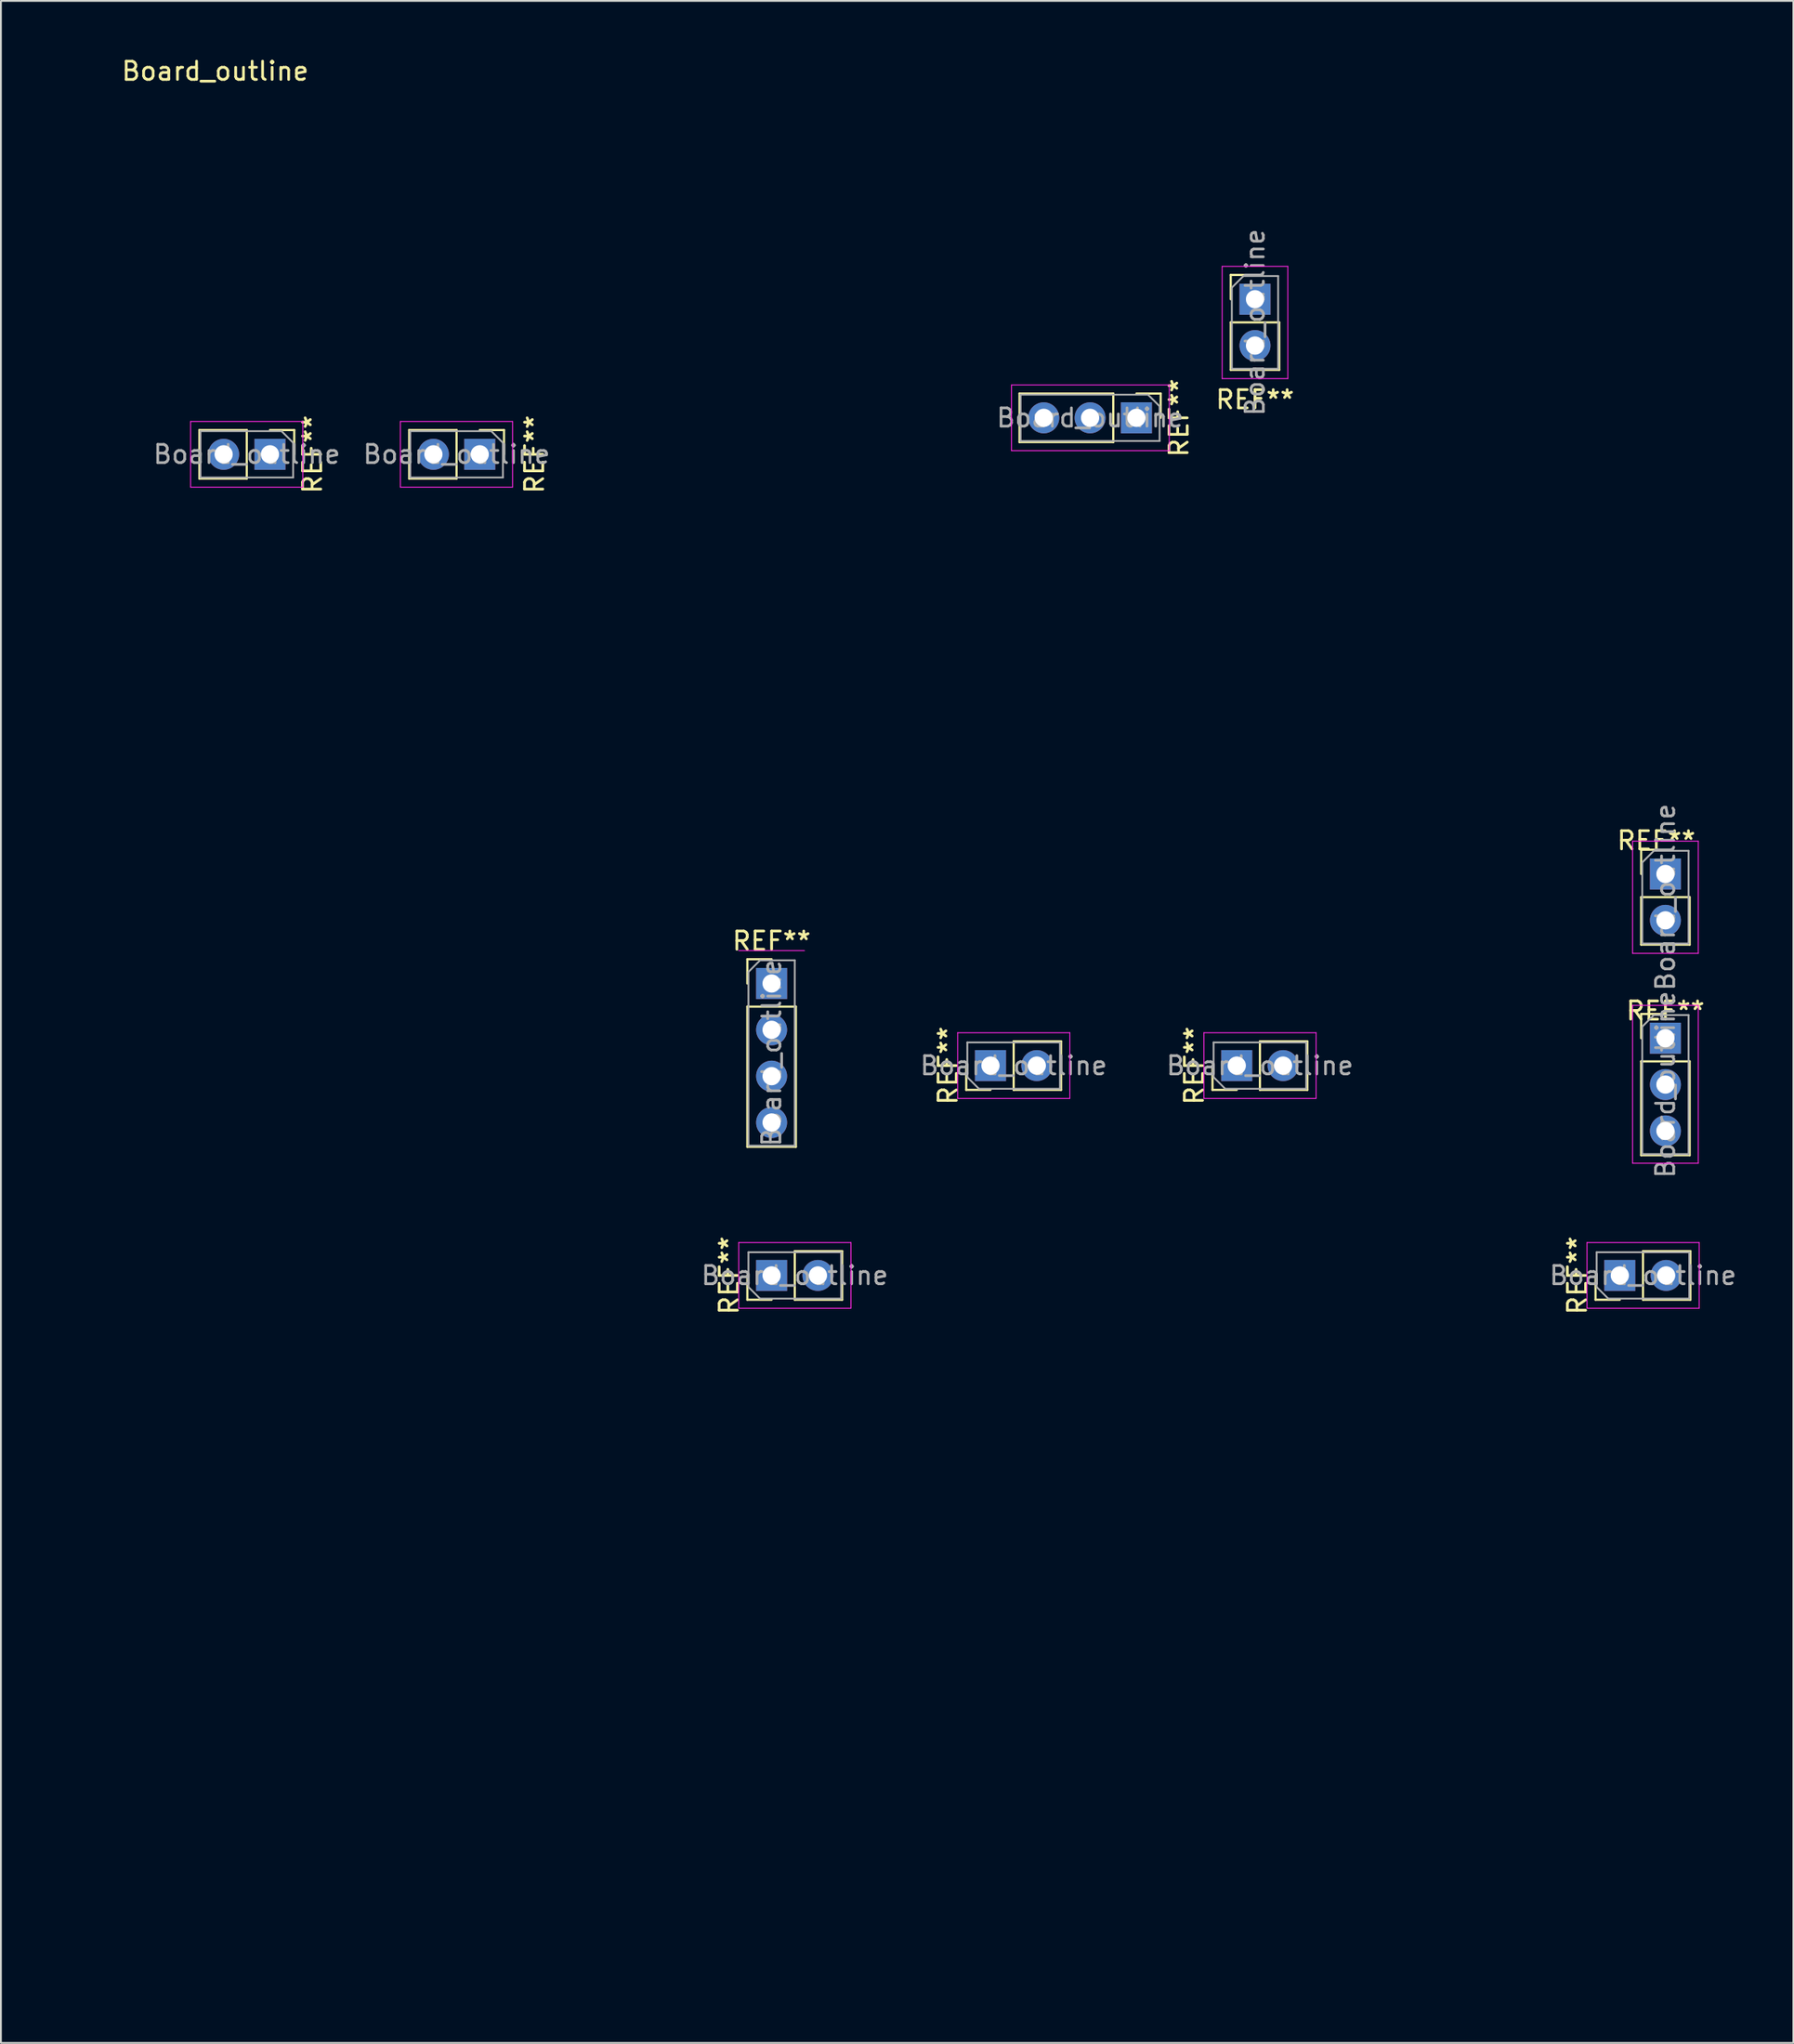
<source format=kicad_pcb>
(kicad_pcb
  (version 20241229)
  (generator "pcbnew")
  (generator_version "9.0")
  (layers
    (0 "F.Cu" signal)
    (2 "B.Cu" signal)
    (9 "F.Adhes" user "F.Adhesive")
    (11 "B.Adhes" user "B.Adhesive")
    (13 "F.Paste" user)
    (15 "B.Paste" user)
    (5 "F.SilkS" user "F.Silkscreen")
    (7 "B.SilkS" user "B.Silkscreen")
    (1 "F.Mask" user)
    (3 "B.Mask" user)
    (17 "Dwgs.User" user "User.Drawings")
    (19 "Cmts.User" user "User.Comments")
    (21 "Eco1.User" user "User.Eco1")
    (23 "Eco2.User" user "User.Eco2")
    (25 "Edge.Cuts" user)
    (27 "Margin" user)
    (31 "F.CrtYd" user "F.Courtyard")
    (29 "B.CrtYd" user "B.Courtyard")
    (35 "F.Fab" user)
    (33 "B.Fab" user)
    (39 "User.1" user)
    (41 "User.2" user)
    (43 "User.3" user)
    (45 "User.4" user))
  (footprint "Board_outline"
    (layer "F.Cu")
    (at 0.25 5.848)
    (property "Reference" "Board_outline" (at 8.5 -5 180) (layer "F.SilkS") (effects (font (size 1 1) (thickness 0.15))))
    (attr through_hole)
    (fp_line (start 7.63 14.67) (end 7.63 17.33) (stroke (width 0.12) (type solid)) (layer "F.SilkS"))
    (fp_line (start 10.23 14.67) (end 7.63 14.67) (stroke (width 0.12) (type solid)) (layer "F.SilkS"))
    (fp_line (start 10.23 14.67) (end 10.23 17.33) (stroke (width 0.12) (type solid)) (layer "F.SilkS"))
    (fp_line (start 10.23 17.33) (end 7.63 17.33) (stroke (width 0.12) (type solid)) (layer "F.SilkS"))
    (fp_line (start 11.5 14.67) (end 12.83 14.67) (stroke (width 0.12) (type solid)) (layer "F.SilkS"))
    (fp_line (start 12.83 14.67) (end 12.83 16) (stroke (width 0.12) (type solid)) (layer "F.SilkS"))
    (fp_line (start 19.13 14.67) (end 19.13 17.33) (stroke (width 0.12) (type solid)) (layer "F.SilkS"))
    (fp_line (start 21.73 14.67) (end 19.13 14.67) (stroke (width 0.12) (type solid)) (layer "F.SilkS"))
    (fp_line (start 21.73 14.67) (end 21.73 17.33) (stroke (width 0.12) (type solid)) (layer "F.SilkS"))
    (fp_line (start 21.73 17.33) (end 19.13 17.33) (stroke (width 0.12) (type solid)) (layer "F.SilkS"))
    (fp_line (start 23 14.67) (end 24.33 14.67) (stroke (width 0.12) (type solid)) (layer "F.SilkS"))
    (fp_line (start 24.33 14.67) (end 24.33 16) (stroke (width 0.12) (type solid)) (layer "F.SilkS"))
    (fp_line (start 37.67 43.67) (end 39 43.67) (stroke (width 0.12) (type solid)) (layer "F.SilkS"))
    (fp_line (start 37.67 45) (end 37.67 43.67) (stroke (width 0.12) (type solid)) (layer "F.SilkS"))
    (fp_line (start 37.67 46.27) (end 37.67 53.95) (stroke (width 0.12) (type solid)) (layer "F.SilkS"))
    (fp_line (start 37.67 46.27) (end 40.33 46.27) (stroke (width 0.12) (type solid)) (layer "F.SilkS"))
    (fp_line (start 37.67 53.95) (end 40.33 53.95) (stroke (width 0.12) (type solid)) (layer "F.SilkS"))
    (fp_line (start 37.67 62.33) (end 37.67 61) (stroke (width 0.12) (type solid)) (layer "F.SilkS"))
    (fp_line (start 39 62.33) (end 37.67 62.33) (stroke (width 0.12) (type solid)) (layer "F.SilkS"))
    (fp_line (start 40.27 59.67) (end 42.87 59.67) (stroke (width 0.12) (type solid)) (layer "F.SilkS"))
    (fp_line (start 40.27 62.33) (end 40.27 59.67) (stroke (width 0.12) (type solid)) (layer "F.SilkS"))
    (fp_line (start 40.27 62.33) (end 42.87 62.33) (stroke (width 0.12) (type solid)) (layer "F.SilkS"))
    (fp_line (start 40.33 46.27) (end 40.33 53.95) (stroke (width 0.12) (type solid)) (layer "F.SilkS"))
    (fp_line (start 42.87 62.33) (end 42.87 59.67) (stroke (width 0.12) (type solid)) (layer "F.SilkS"))
    (fp_line (start 49.67 50.83) (end 49.67 49.5) (stroke (width 0.12) (type solid)) (layer "F.SilkS"))
    (fp_line (start 51 50.83) (end 49.67 50.83) (stroke (width 0.12) (type solid)) (layer "F.SilkS"))
    (fp_line (start 52.27 48.17) (end 54.87 48.17) (stroke (width 0.12) (type solid)) (layer "F.SilkS"))
    (fp_line (start 52.27 50.83) (end 52.27 48.17) (stroke (width 0.12) (type solid)) (layer "F.SilkS"))
    (fp_line (start 52.27 50.83) (end 54.87 50.83) (stroke (width 0.12) (type solid)) (layer "F.SilkS"))
    (fp_line (start 52.59 12.67) (end 52.59 15.33) (stroke (width 0.12) (type solid)) (layer "F.SilkS"))
    (fp_line (start 54.87 50.83) (end 54.87 48.17) (stroke (width 0.12) (type solid)) (layer "F.SilkS"))
    (fp_line (start 57.73 12.67) (end 52.59 12.67) (stroke (width 0.12) (type solid)) (layer "F.SilkS"))
    (fp_line (start 57.73 12.67) (end 57.73 15.33) (stroke (width 0.12) (type solid)) (layer "F.SilkS"))
    (fp_line (start 57.73 15.33) (end 52.59 15.33) (stroke (width 0.12) (type solid)) (layer "F.SilkS"))
    (fp_line (start 59 12.67) (end 60.33 12.67) (stroke (width 0.12) (type solid)) (layer "F.SilkS"))
    (fp_line (start 60.33 12.67) (end 60.33 14) (stroke (width 0.12) (type solid)) (layer "F.SilkS"))
    (fp_line (start 63.17 50.83) (end 63.17 49.5) (stroke (width 0.12) (type solid)) (layer "F.SilkS"))
    (fp_line (start 64.17 6.17) (end 65.5 6.17) (stroke (width 0.12) (type solid)) (layer "F.SilkS"))
    (fp_line (start 64.17 7.5) (end 64.17 6.17) (stroke (width 0.12) (type solid)) (layer "F.SilkS"))
    (fp_line (start 64.17 8.77) (end 64.17 11.37) (stroke (width 0.12) (type solid)) (layer "F.SilkS"))
    (fp_line (start 64.17 8.77) (end 66.83 8.77) (stroke (width 0.12) (type solid)) (layer "F.SilkS"))
    (fp_line (start 64.17 11.37) (end 66.83 11.37) (stroke (width 0.12) (type solid)) (layer "F.SilkS"))
    (fp_line (start 64.5 50.83) (end 63.17 50.83) (stroke (width 0.12) (type solid)) (layer "F.SilkS"))
    (fp_line (start 65.77 48.17) (end 68.37 48.17) (stroke (width 0.12) (type solid)) (layer "F.SilkS"))
    (fp_line (start 65.77 50.83) (end 65.77 48.17) (stroke (width 0.12) (type solid)) (layer "F.SilkS"))
    (fp_line (start 65.77 50.83) (end 68.37 50.83) (stroke (width 0.12) (type solid)) (layer "F.SilkS"))
    (fp_line (start 66.83 8.77) (end 66.83 11.37) (stroke (width 0.12) (type solid)) (layer "F.SilkS"))
    (fp_line (start 68.37 50.83) (end 68.37 48.17) (stroke (width 0.12) (type solid)) (layer "F.SilkS"))
    (fp_line (start 84.17 62.33) (end 84.17 61) (stroke (width 0.12) (type solid)) (layer "F.SilkS"))
    (fp_line (start 85.5 62.33) (end 84.17 62.33) (stroke (width 0.12) (type solid)) (layer "F.SilkS"))
    (fp_line (start 86.67 37.67) (end 88 37.67) (stroke (width 0.12) (type solid)) (layer "F.SilkS"))
    (fp_line (start 86.67 39) (end 86.67 37.67) (stroke (width 0.12) (type solid)) (layer "F.SilkS"))
    (fp_line (start 86.67 40.27) (end 86.67 42.87) (stroke (width 0.12) (type solid)) (layer "F.SilkS"))
    (fp_line (start 86.67 40.27) (end 89.33 40.27) (stroke (width 0.12) (type solid)) (layer "F.SilkS"))
    (fp_line (start 86.67 42.87) (end 89.33 42.87) (stroke (width 0.12) (type solid)) (layer "F.SilkS"))
    (fp_line (start 86.67 46.67) (end 88 46.67) (stroke (width 0.12) (type solid)) (layer "F.SilkS"))
    (fp_line (start 86.67 48) (end 86.67 46.67) (stroke (width 0.12) (type solid)) (layer "F.SilkS"))
    (fp_line (start 86.67 49.27) (end 86.67 54.41) (stroke (width 0.12) (type solid)) (layer "F.SilkS"))
    (fp_line (start 86.67 49.27) (end 89.33 49.27) (stroke (width 0.12) (type solid)) (layer "F.SilkS"))
    (fp_line (start 86.67 54.41) (end 89.33 54.41) (stroke (width 0.12) (type solid)) (layer "F.SilkS"))
    (fp_line (start 86.77 59.67) (end 89.37 59.67) (stroke (width 0.12) (type solid)) (layer "F.SilkS"))
    (fp_line (start 86.77 62.33) (end 86.77 59.67) (stroke (width 0.12) (type solid)) (layer "F.SilkS"))
    (fp_line (start 86.77 62.33) (end 89.37 62.33) (stroke (width 0.12) (type solid)) (layer "F.SilkS"))
    (fp_line (start 89.33 40.27) (end 89.33 42.87) (stroke (width 0.12) (type solid)) (layer "F.SilkS"))
    (fp_line (start 89.33 49.27) (end 89.33 54.41) (stroke (width 0.12) (type solid)) (layer "F.SilkS"))
    (fp_line (start 89.37 62.33) (end 89.37 59.67) (stroke (width 0.12) (type solid)) (layer "F.SilkS"))
    (fp_line (start 0 0) (end 90 0) (stroke (width 0.12) (type solid)) (layer "Eco2.User"))
    (fp_line (start 0 42) (end 26 42) (stroke (width 0.12) (type solid)) (layer "Eco2.User"))
    (fp_line (start 0 100) (end 0 0) (stroke (width 0.12) (type solid)) (layer "Eco2.User"))
    (fp_line (start 26 42) (end 26 63) (stroke (width 0.12) (type solid)) (layer "Eco2.User"))
    (fp_line (start 26 63) (end 90 63) (stroke (width 0.12) (type solid)) (layer "Eco2.User"))
    (fp_line (start 68 0) (end 68 36) (stroke (width 0.12) (type solid)) (layer "Eco2.User"))
    (fp_line (start 68 36) (end 90 36) (stroke (width 0.12) (type solid)) (layer "Eco2.User"))
    (fp_line (start 90 0) (end 90 100) (stroke (width 0.12) (type solid)) (layer "Eco2.User"))
    (fp_line (start 90 100) (end 0 100) (stroke (width 0.12) (type solid)) (layer "Eco2.User"))
    (fp_line (start 7.15 14.2) (end 7.15 17.8) (stroke (width 0.05) (type solid)) (layer "F.CrtYd"))
    (fp_line (start 7.15 17.8) (end 13.3 17.8) (stroke (width 0.05) (type solid)) (layer "F.CrtYd"))
    (fp_line (start 13.3 14.2) (end 7.15 14.2) (stroke (width 0.05) (type solid)) (layer "F.CrtYd"))
    (fp_line (start 13.3 17.8) (end 13.3 14.2) (stroke (width 0.05) (type solid)) (layer "F.CrtYd"))
    (fp_line (start 18.65 14.2) (end 18.65 17.8) (stroke (width 0.05) (type solid)) (layer "F.CrtYd"))
    (fp_line (start 18.65 17.8) (end 24.8 17.8) (stroke (width 0.05) (type solid)) (layer "F.CrtYd"))
    (fp_line (start 24.8 14.2) (end 18.65 14.2) (stroke (width 0.05) (type solid)) (layer "F.CrtYd"))
    (fp_line (start 24.8 17.8) (end 24.8 14.2) (stroke (width 0.05) (type solid)) (layer "F.CrtYd"))
    (fp_line (start 37.2 59.2) (end 37.2 62.8) (stroke (width 0.05) (type solid)) (layer "F.CrtYd"))
    (fp_line (start 37.2 62.8) (end 43.35 62.8) (stroke (width 0.05) (type solid)) (layer "F.CrtYd"))
    (fp_line (start 40.8 43.2) (end 37.2 43.2) (stroke (width 0.05) (type solid)) (layer "F.CrtYd"))
    (fp_line (start 43.35 59.2) (end 37.2 59.2) (stroke (width 0.05) (type solid)) (layer "F.CrtYd"))
    (fp_line (start 43.35 62.8) (end 43.35 59.2) (stroke (width 0.05) (type solid)) (layer "F.CrtYd"))
    (fp_line (start 49.2 47.7) (end 49.2 51.3) (stroke (width 0.05) (type solid)) (layer "F.CrtYd"))
    (fp_line (start 49.2 51.3) (end 55.35 51.3) (stroke (width 0.05) (type solid)) (layer "F.CrtYd"))
    (fp_line (start 52.15 12.2) (end 52.15 15.8) (stroke (width 0.05) (type solid)) (layer "F.CrtYd"))
    (fp_line (start 52.15 15.8) (end 60.8 15.8) (stroke (width 0.05) (type solid)) (layer "F.CrtYd"))
    (fp_line (start 55.35 47.7) (end 49.2 47.7) (stroke (width 0.05) (type solid)) (layer "F.CrtYd"))
    (fp_line (start 55.35 51.3) (end 55.35 47.7) (stroke (width 0.05) (type solid)) (layer "F.CrtYd"))
    (fp_line (start 60.8 12.2) (end 52.15 12.2) (stroke (width 0.05) (type solid)) (layer "F.CrtYd"))
    (fp_line (start 60.8 15.8) (end 60.8 12.2) (stroke (width 0.05) (type solid)) (layer "F.CrtYd"))
    (fp_line (start 62.7 47.7) (end 62.7 51.3) (stroke (width 0.05) (type solid)) (layer "F.CrtYd"))
    (fp_line (start 62.7 51.3) (end 68.85 51.3) (stroke (width 0.05) (type solid)) (layer "F.CrtYd"))
    (fp_line (start 63.7 5.7) (end 63.7 11.85) (stroke (width 0.05) (type solid)) (layer "F.CrtYd"))
    (fp_line (start 63.7 11.85) (end 67.3 11.85) (stroke (width 0.05) (type solid)) (layer "F.CrtYd"))
    (fp_line (start 67.3 5.7) (end 63.7 5.7) (stroke (width 0.05) (type solid)) (layer "F.CrtYd"))
    (fp_line (start 67.3 11.85) (end 67.3 5.7) (stroke (width 0.05) (type solid)) (layer "F.CrtYd"))
    (fp_line (start 68.85 47.7) (end 62.7 47.7) (stroke (width 0.05) (type solid)) (layer "F.CrtYd"))
    (fp_line (start 68.85 51.3) (end 68.85 47.7) (stroke (width 0.05) (type solid)) (layer "F.CrtYd"))
    (fp_line (start 83.7 59.2) (end 83.7 62.8) (stroke (width 0.05) (type solid)) (layer "F.CrtYd"))
    (fp_line (start 83.7 62.8) (end 89.85 62.8) (stroke (width 0.05) (type solid)) (layer "F.CrtYd"))
    (fp_line (start 86.2 37.2) (end 86.2 43.35) (stroke (width 0.05) (type solid)) (layer "F.CrtYd"))
    (fp_line (start 86.2 43.35) (end 89.8 43.35) (stroke (width 0.05) (type solid)) (layer "F.CrtYd"))
    (fp_line (start 86.2 46.2) (end 86.2 54.85) (stroke (width 0.05) (type solid)) (layer "F.CrtYd"))
    (fp_line (start 86.2 54.85) (end 89.8 54.85) (stroke (width 0.05) (type solid)) (layer "F.CrtYd"))
    (fp_line (start 89.8 37.2) (end 86.2 37.2) (stroke (width 0.05) (type solid)) (layer "F.CrtYd"))
    (fp_line (start 89.8 43.35) (end 89.8 37.2) (stroke (width 0.05) (type solid)) (layer "F.CrtYd"))
    (fp_line (start 89.8 46.2) (end 86.2 46.2) (stroke (width 0.05) (type solid)) (layer "F.CrtYd"))
    (fp_line (start 89.8 54.85) (end 89.8 46.2) (stroke (width 0.05) (type solid)) (layer "F.CrtYd"))
    (fp_line (start 89.85 59.2) (end 83.7 59.2) (stroke (width 0.05) (type solid)) (layer "F.CrtYd"))
    (fp_line (start 89.85 62.8) (end 89.85 59.2) (stroke (width 0.05) (type solid)) (layer "F.CrtYd"))
    (fp_line (start 7.69 14.73) (end 12.135 14.73) (stroke (width 0.1) (type solid)) (layer "F.Fab"))
    (fp_line (start 7.69 17.27) (end 7.69 14.73) (stroke (width 0.1) (type solid)) (layer "F.Fab"))
    (fp_line (start 12.135 14.73) (end 12.77 15.365) (stroke (width 0.1) (type solid)) (layer "F.Fab"))
    (fp_line (start 12.77 15.365) (end 12.77 17.27) (stroke (width 0.1) (type solid)) (layer "F.Fab"))
    (fp_line (start 12.77 17.27) (end 7.69 17.27) (stroke (width 0.1) (type solid)) (layer "F.Fab"))
    (fp_line (start 19.19 14.73) (end 23.635 14.73) (stroke (width 0.1) (type solid)) (layer "F.Fab"))
    (fp_line (start 19.19 17.27) (end 19.19 14.73) (stroke (width 0.1) (type solid)) (layer "F.Fab"))
    (fp_line (start 23.635 14.73) (end 24.27 15.365) (stroke (width 0.1) (type solid)) (layer "F.Fab"))
    (fp_line (start 24.27 15.365) (end 24.27 17.27) (stroke (width 0.1) (type solid)) (layer "F.Fab"))
    (fp_line (start 24.27 17.27) (end 19.19 17.27) (stroke (width 0.1) (type solid)) (layer "F.Fab"))
    (fp_line (start 37.73 44.365) (end 38.365 43.73) (stroke (width 0.1) (type solid)) (layer "F.Fab"))
    (fp_line (start 37.73 53.89) (end 37.73 44.365) (stroke (width 0.1) (type solid)) (layer "F.Fab"))
    (fp_line (start 37.73 59.73) (end 42.81 59.73) (stroke (width 0.1) (type solid)) (layer "F.Fab"))
    (fp_line (start 37.73 61.635) (end 37.73 59.73) (stroke (width 0.1) (type solid)) (layer "F.Fab"))
    (fp_line (start 38.365 43.73) (end 40.27 43.73) (stroke (width 0.1) (type solid)) (layer "F.Fab"))
    (fp_line (start 38.365 62.27) (end 37.73 61.635) (stroke (width 0.1) (type solid)) (layer "F.Fab"))
    (fp_line (start 40.27 43.73) (end 40.27 53.89) (stroke (width 0.1) (type solid)) (layer "F.Fab"))
    (fp_line (start 40.27 53.89) (end 37.73 53.89) (stroke (width 0.1) (type solid)) (layer "F.Fab"))
    (fp_line (start 42.81 59.73) (end 42.81 62.27) (stroke (width 0.1) (type solid)) (layer "F.Fab"))
    (fp_line (start 42.81 62.27) (end 38.365 62.27) (stroke (width 0.1) (type solid)) (layer "F.Fab"))
    (fp_line (start 49.73 48.23) (end 54.81 48.23) (stroke (width 0.1) (type solid)) (layer "F.Fab"))
    (fp_line (start 49.73 50.135) (end 49.73 48.23) (stroke (width 0.1) (type solid)) (layer "F.Fab"))
    (fp_line (start 50.365 50.77) (end 49.73 50.135) (stroke (width 0.1) (type solid)) (layer "F.Fab"))
    (fp_line (start 52.65 12.73) (end 59.635 12.73) (stroke (width 0.1) (type solid)) (layer "F.Fab"))
    (fp_line (start 52.65 15.27) (end 52.65 12.73) (stroke (width 0.1) (type solid)) (layer "F.Fab"))
    (fp_line (start 54.81 48.23) (end 54.81 50.77) (stroke (width 0.1) (type solid)) (layer "F.Fab"))
    (fp_line (start 54.81 50.77) (end 50.365 50.77) (stroke (width 0.1) (type solid)) (layer "F.Fab"))
    (fp_line (start 59.635 12.73) (end 60.27 13.365) (stroke (width 0.1) (type solid)) (layer "F.Fab"))
    (fp_line (start 60.27 13.365) (end 60.27 15.27) (stroke (width 0.1) (type solid)) (layer "F.Fab"))
    (fp_line (start 60.27 15.27) (end 52.65 15.27) (stroke (width 0.1) (type solid)) (layer "F.Fab"))
    (fp_line (start 63.23 48.23) (end 68.31 48.23) (stroke (width 0.1) (type solid)) (layer "F.Fab"))
    (fp_line (start 63.23 50.135) (end 63.23 48.23) (stroke (width 0.1) (type solid)) (layer "F.Fab"))
    (fp_line (start 63.865 50.77) (end 63.23 50.135) (stroke (width 0.1) (type solid)) (layer "F.Fab"))
    (fp_line (start 64.23 6.865) (end 64.865 6.23) (stroke (width 0.1) (type solid)) (layer "F.Fab"))
    (fp_line (start 64.23 11.31) (end 64.23 6.865) (stroke (width 0.1) (type solid)) (layer "F.Fab"))
    (fp_line (start 64.865 6.23) (end 66.77 6.23) (stroke (width 0.1) (type solid)) (layer "F.Fab"))
    (fp_line (start 66.77 6.23) (end 66.77 11.31) (stroke (width 0.1) (type solid)) (layer "F.Fab"))
    (fp_line (start 66.77 11.31) (end 64.23 11.31) (stroke (width 0.1) (type solid)) (layer "F.Fab"))
    (fp_line (start 68.31 48.23) (end 68.31 50.77) (stroke (width 0.1) (type solid)) (layer "F.Fab"))
    (fp_line (start 68.31 50.77) (end 63.865 50.77) (stroke (width 0.1) (type solid)) (layer "F.Fab"))
    (fp_line (start 84.23 59.73) (end 89.31 59.73) (stroke (width 0.1) (type solid)) (layer "F.Fab"))
    (fp_line (start 84.23 61.635) (end 84.23 59.73) (stroke (width 0.1) (type solid)) (layer "F.Fab"))
    (fp_line (start 84.865 62.27) (end 84.23 61.635) (stroke (width 0.1) (type solid)) (layer "F.Fab"))
    (fp_line (start 86.73 38.365) (end 87.365 37.73) (stroke (width 0.1) (type solid)) (layer "F.Fab"))
    (fp_line (start 86.73 42.81) (end 86.73 38.365) (stroke (width 0.1) (type solid)) (layer "F.Fab"))
    (fp_line (start 86.73 47.365) (end 87.365 46.73) (stroke (width 0.1) (type solid)) (layer "F.Fab"))
    (fp_line (start 86.73 54.35) (end 86.73 47.365) (stroke (width 0.1) (type solid)) (layer "F.Fab"))
    (fp_line (start 87.365 37.73) (end 89.27 37.73) (stroke (width 0.1) (type solid)) (layer "F.Fab"))
    (fp_line (start 87.365 46.73) (end 89.27 46.73) (stroke (width 0.1) (type solid)) (layer "F.Fab"))
    (fp_line (start 89.27 37.73) (end 89.27 42.81) (stroke (width 0.1) (type solid)) (layer "F.Fab"))
    (fp_line (start 89.27 42.81) (end 86.73 42.81) (stroke (width 0.1) (type solid)) (layer "F.Fab"))
    (fp_line (start 89.27 46.73) (end 89.27 54.35) (stroke (width 0.1) (type solid)) (layer "F.Fab"))
    (fp_line (start 89.27 54.35) (end 86.73 54.35) (stroke (width 0.1) (type solid)) (layer "F.Fab"))
    (fp_line (start 89.31 59.73) (end 89.31 62.27) (stroke (width 0.1) (type solid)) (layer "F.Fab"))
    (fp_line (start 89.31 62.27) (end 84.865 62.27) (stroke (width 0.1) (type solid)) (layer "F.Fab"))
    (fp_text user "REF**" (at 13.83 16 270) (layer "F.SilkS") (effects (font (size 1 1) (thickness 0.15))))
    (fp_text user "REF**" (at 39 42.67 0) (layer "F.SilkS") (effects (font (size 1 1) (thickness 0.15))))
    (fp_text user "REF**" (at 62.17 49.5 90) (layer "F.SilkS") (effects (font (size 1 1) (thickness 0.15))))
    (fp_text user "REF**" (at 48.67 49.5 90) (layer "F.SilkS") (effects (font (size 1 1) (thickness 0.15))))
    (fp_text user "REF**" (at 61.33 14 270) (layer "F.SilkS") (effects (font (size 1 1) (thickness 0.15))))
    (fp_text user "REF**" (at 83.17 61 90) (layer "F.SilkS") (effects (font (size 1 1) (thickness 0.15))))
    (fp_text user "REF**" (at 36.67 61 90) (layer "F.SilkS") (effects (font (size 1 1) (thickness 0.15))))
    (fp_text user "REF**" (at 65.5 13 180) (layer "F.SilkS") (effects (font (size 1 1) (thickness 0.15))))
    (fp_text user "REF**" (at 88 46.5 0) (layer "F.SilkS") (effects (font (size 1 1) (thickness 0.15))))
    (fp_text user "REF**" (at 87.5 37.17 0) (layer "F.SilkS") (effects (font (size 1 1) (thickness 0.15))))
    (fp_text user "REF**" (at 26 16 270) (layer "F.SilkS") (effects (font (size 1 1) (thickness 0.15))))
    (fp_text user "${REFERENCE}" (at 86.77 61 180) (layer "F.Fab") (effects (font (size 1 1) (thickness 0.15))))
    (fp_text user "${REFERENCE}" (at 10.23 16 0) (layer "F.Fab") (effects (font (size 1 1) (thickness 0.15))))
    (fp_text user "${REFERENCE}" (at 65.77 49.5 180) (layer "F.Fab") (effects (font (size 1 1) (thickness 0.15))))
    (fp_text user "${REFERENCE}" (at 88 50.54 90) (layer "F.Fab") (effects (font (size 1 1) (thickness 0.15))))
    (fp_text user "${REFERENCE}" (at 39 48.81 90) (layer "F.Fab") (effects (font (size 1 1) (thickness 0.15))))
    (fp_text user "${REFERENCE}" (at 88 40.27 90) (layer "F.Fab") (effects (font (size 1 1) (thickness 0.15))))
    (fp_text user "${REFERENCE}" (at 40.27 61 180) (layer "F.Fab") (effects (font (size 1 1) (thickness 0.15))))
    (fp_text user "${REFERENCE}" (at 65.5 8.77 90) (layer "F.Fab") (effects (font (size 1 1) (thickness 0.15))))
    (fp_text user "${REFERENCE}" (at 52.27 49.5 180) (layer "F.Fab") (effects (font (size 1 1) (thickness 0.15))))
    (fp_text user "${REFERENCE}" (at 56.46 14 0) (layer "F.Fab") (effects (font (size 1 1) (thickness 0.15))))
    (fp_text user "${REFERENCE}" (at 21.73 16 0) (layer "F.Fab") (effects (font (size 1 1) (thickness 0.15))))
    (pad "1" thru_hole rect (at 39 45) (size 1.7 1.7) (drill 1) (layers "*.Cu" "*.Mask"))
    (pad "2" thru_hole oval (at 39 47.54) (size 1.7 1.7) (drill 1) (layers "*.Cu" "*.Mask"))
    (pad "3" thru_hole oval (at 39 50.08) (size 1.7 1.7) (drill 1) (layers "*.Cu" "*.Mask"))
    (pad "4" thru_hole oval (at 39 52.62) (size 1.7 1.7) (drill 1) (layers "*.Cu" "*.Mask"))
    (pad "4" thru_hole rect (at 88 48) (size 1.7 1.7) (drill 1) (layers "*.Cu" "*.Mask"))
    (pad "5" thru_hole oval (at 88 50.54) (size 1.7 1.7) (drill 1) (layers "*.Cu" "*.Mask"))
    (pad "6" thru_hole oval (at 88 53.08) (size 1.7 1.7) (drill 1) (layers "*.Cu" "*.Mask"))
    (pad "7" thru_hole rect (at 59 14 270) (size 1.7 1.7) (drill 1) (layers "*.Cu" "*.Mask"))
    (pad "8" thru_hole oval (at 56.46 14 270) (size 1.7 1.7) (drill 1) (layers "*.Cu" "*.Mask"))
    (pad "9" thru_hole oval (at 53.92 14 270) (size 1.7 1.7) (drill 1) (layers "*.Cu" "*.Mask"))
    (pad "10" thru_hole rect (at 65.5 7.5) (size 1.7 1.7) (drill 1) (layers "*.Cu" "*.Mask"))
    (pad "11" thru_hole oval (at 65.5 10.04) (size 1.7 1.7) (drill 1) (layers "*.Cu" "*.Mask"))
    (pad "12" thru_hole rect (at 39 61 90) (size 1.7 1.7) (drill 1) (layers "*.Cu" "*.Mask"))
    (pad "13" thru_hole oval (at 41.54 61 90) (size 1.7 1.7) (drill 1) (layers "*.Cu" "*.Mask"))
    (pad "14" thru_hole rect (at 85.5 61 90) (size 1.7 1.7) (drill 1) (layers "*.Cu" "*.Mask"))
    (pad "15" thru_hole oval (at 88.04 61 90) (size 1.7 1.7) (drill 1) (layers "*.Cu" "*.Mask"))
    (pad "19" thru_hole oval (at 67.04 49.5 90) (size 1.7 1.7) (drill 1) (layers "*.Cu" "*.Mask"))
    (pad "20" thru_hole rect (at 64.5 49.5 90) (size 1.7 1.7) (drill 1) (layers "*.Cu" "*.Mask"))
    (pad "21" thru_hole oval (at 53.54 49.5 90) (size 1.7 1.7) (drill 1) (layers "*.Cu" "*.Mask"))
    (pad "22" thru_hole rect (at 51 49.5 90) (size 1.7 1.7) (drill 1) (layers "*.Cu" "*.Mask"))
    (pad "23" thru_hole oval (at 8.96 16 270) (size 1.7 1.7) (drill 1) (layers "*.Cu" "*.Mask"))
    (pad "24" thru_hole rect (at 11.5 16 270) (size 1.7 1.7) (drill 1) (layers "*.Cu" "*.Mask"))
    (pad "25" thru_hole oval (at 20.46 16 270) (size 1.7 1.7) (drill 1) (layers "*.Cu" "*.Mask"))
    (pad "26" thru_hole rect (at 23 16 270) (size 1.7 1.7) (drill 1) (layers "*.Cu" "*.Mask"))
    (pad "27" thru_hole oval (at 88 41.54) (size 1.7 1.7) (drill 1) (layers "*.Cu" "*.Mask"))
    (pad "28" thru_hole rect (at 88 39) (size 1.7 1.7) (drill 1) (layers "*.Cu" "*.Mask")))
  (gr_rect
    (start -3 -3)
    (end 95.264 108.908)
    (stroke (width 0.1) (type default))
    (fill no)
    (layer "Edge.Cuts")))
</source>
